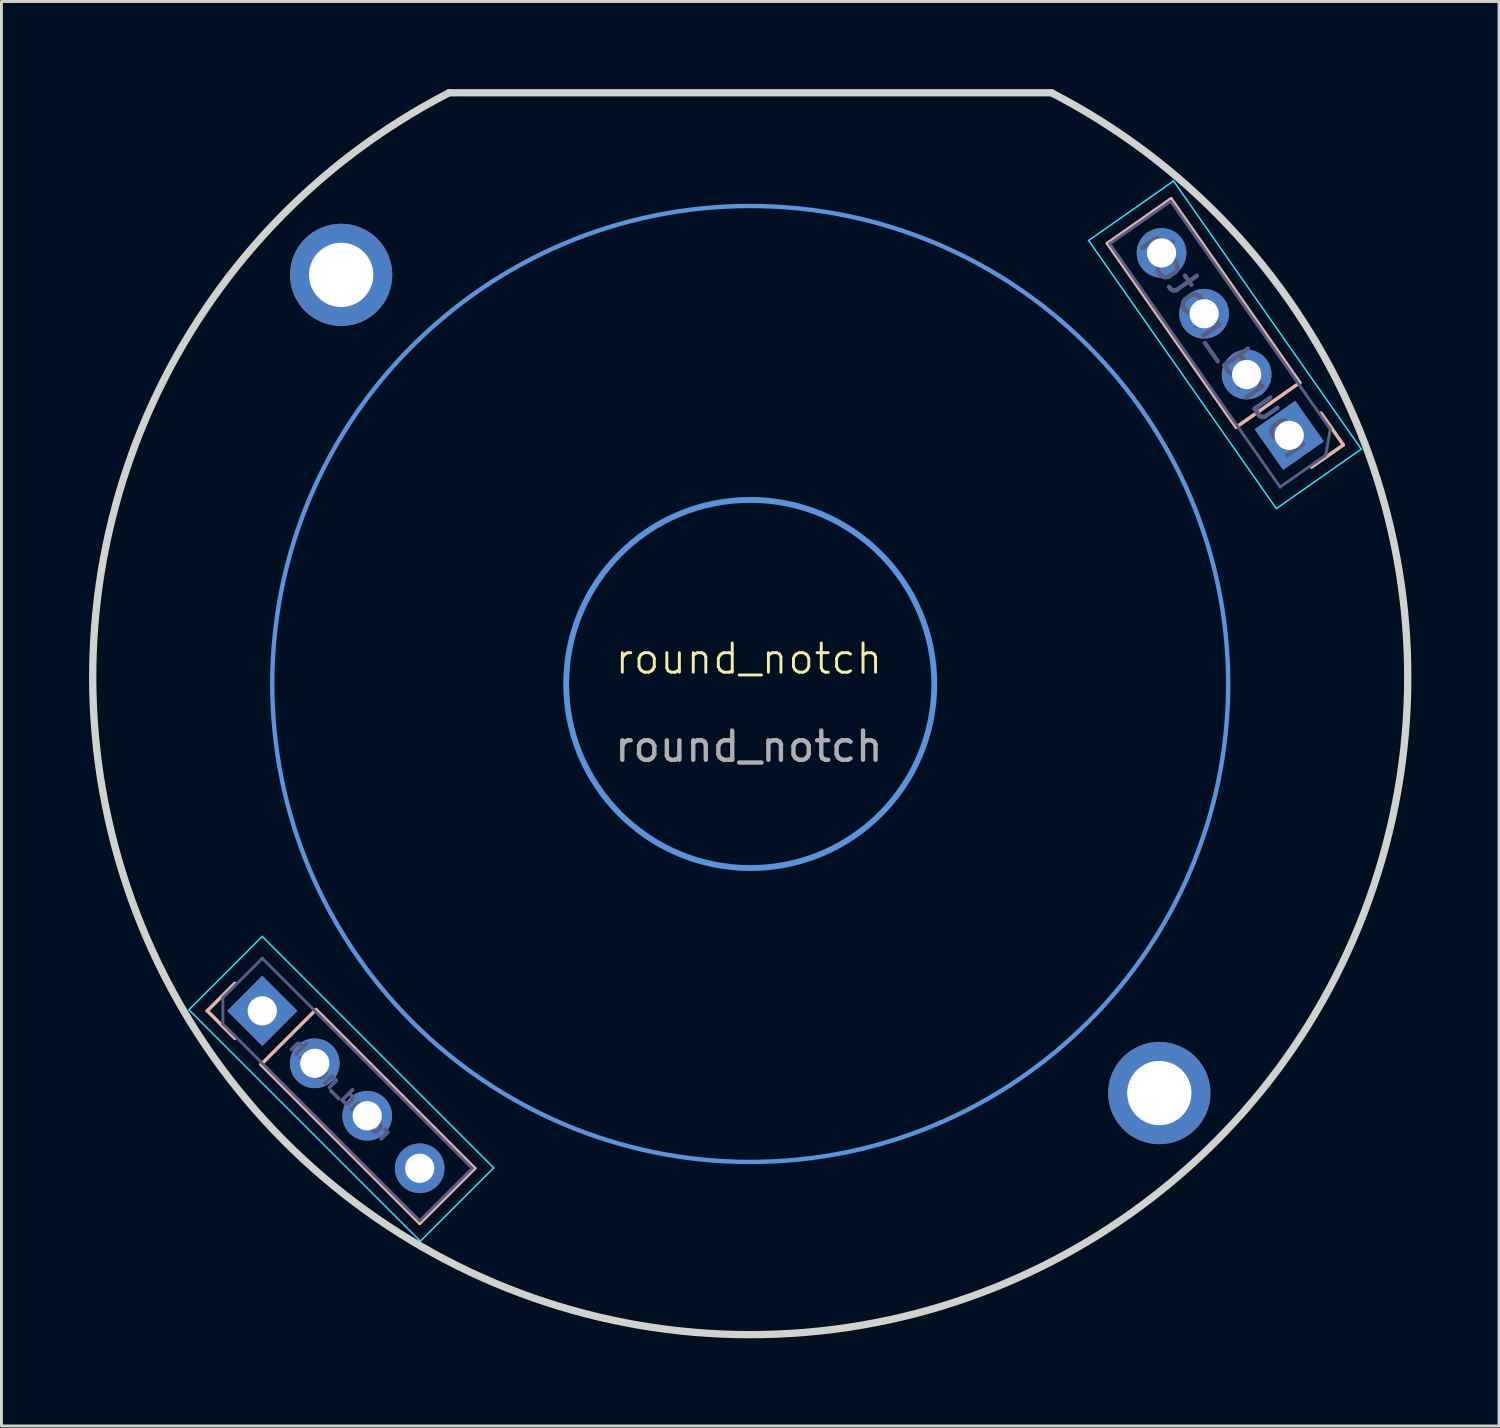
<source format=kicad_pcb>
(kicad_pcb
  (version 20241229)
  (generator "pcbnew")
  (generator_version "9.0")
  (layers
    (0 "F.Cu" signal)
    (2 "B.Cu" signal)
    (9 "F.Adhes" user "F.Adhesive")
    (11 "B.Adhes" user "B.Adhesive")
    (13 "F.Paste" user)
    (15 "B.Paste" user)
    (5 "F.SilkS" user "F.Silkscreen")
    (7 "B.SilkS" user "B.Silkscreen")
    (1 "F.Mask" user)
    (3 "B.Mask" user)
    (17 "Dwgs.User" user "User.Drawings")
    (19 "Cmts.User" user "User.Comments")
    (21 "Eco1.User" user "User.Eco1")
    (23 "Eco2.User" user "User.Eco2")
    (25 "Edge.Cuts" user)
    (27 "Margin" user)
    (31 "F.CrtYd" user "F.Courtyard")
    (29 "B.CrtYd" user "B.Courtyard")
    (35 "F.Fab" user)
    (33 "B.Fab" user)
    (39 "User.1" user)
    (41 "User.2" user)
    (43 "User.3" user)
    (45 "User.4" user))
  (footprint "round_notch"
    (layer "F.Cu")
    (at 22.625 20.357)
    (property "Reference" "round_notch" (at -0.045 -0.861 0) (unlocked yes) (layer "F.SilkS") (effects (font (size 1 1) (thickness 0.1))))
    (fp_line (start -18.581 11.186) (end -17.64 12.126) (stroke (width 0.12) (type solid)) (layer "B.SilkS"))
    (fp_line (start -17.64 10.245) (end -18.581 11.186) (stroke (width 0.12) (type solid)) (layer "B.SilkS"))
    (fp_line (start -16.742 13.024) (end -11.312 18.455) (stroke (width 0.12) (type solid)) (layer "B.SilkS"))
    (fp_line (start -14.861 11.143) (end -16.742 13.024) (stroke (width 0.12) (type solid)) (layer "B.SilkS"))
    (fp_line (start -14.861 11.143) (end -9.431 16.574) (stroke (width 0.12) (type solid)) (layer "B.SilkS"))
    (fp_line (start -9.431 16.574) (end -11.312 18.455) (stroke (width 0.12) (type solid)) (layer "B.SilkS"))
    (fp_line (start 12.222 -15.078) (end 14.401 -16.603) (stroke (width 0.12) (type solid)) (layer "B.SilkS"))
    (fp_line (start 16.627 -8.786) (end 12.222 -15.078) (stroke (width 0.12) (type solid)) (layer "B.SilkS"))
    (fp_line (start 16.627 -8.786) (end 18.806 -10.312) (stroke (width 0.12) (type solid)) (layer "B.SilkS"))
    (fp_line (start 18.806 -10.312) (end 14.401 -16.603) (stroke (width 0.12) (type solid)) (layer "B.SilkS"))
    (fp_line (start 19.208 -7.42) (end 20.298 -8.182) (stroke (width 0.12) (type solid)) (layer "B.SilkS"))
    (fp_line (start 20.298 -8.182) (end 19.535 -9.272) (stroke (width 0.12) (type solid)) (layer "B.SilkS"))
    (fp_circle (center 0 0) (end 6.299 0) (stroke (width 0.2) (type solid)) (fill no) (layer "Cmts.User"))
    (fp_circle (center 0 0) (end 16.357 0) (stroke (width 0.15) (type solid)) (fill no) (layer "Cmts.User"))
    (fp_line (start -10.308 -20.232) (end 10.308 -20.232) (stroke (width 0.25) (type solid)) (layer "Edge.Cuts"))
    (fp_arc (start 10.307764 -20.232) (mid 0 22.268) (end -10.307764 -20.232) (stroke (width 0.25) (type solid)) (layer "Edge.Cuts"))
    (fp_line (start -19.21 11.15) (end -11.29 19.07) (stroke (width 0.05) (type solid)) (layer "B.CrtYd"))
    (fp_line (start -16.7 8.64) (end -19.21 11.15) (stroke (width 0.05) (type solid)) (layer "B.CrtYd"))
    (fp_line (start -11.29 19.07) (end -8.78 16.56) (stroke (width 0.05) (type solid)) (layer "B.CrtYd"))
    (fp_line (start -8.78 16.56) (end -16.7 8.64) (stroke (width 0.05) (type solid)) (layer "B.CrtYd"))
    (fp_line (start 11.579 -15.177) (end 18.003 -6.002) (stroke (width 0.05) (type solid)) (layer "B.CrtYd"))
    (fp_line (start 14.487 -17.213) (end 11.579 -15.177) (stroke (width 0.05) (type solid)) (layer "B.CrtYd"))
    (fp_line (start 18.003 -6.002) (end 20.911 -8.038) (stroke (width 0.05) (type solid)) (layer "B.CrtYd"))
    (fp_line (start 20.911 -8.038) (end 14.487 -17.213) (stroke (width 0.05) (type solid)) (layer "B.CrtYd"))
    (fp_line (start -18.047 10.737) (end -18.047 11.635) (stroke (width 0.1) (type solid)) (layer "B.Fab"))
    (fp_line (start -18.047 11.635) (end -11.312 18.37) (stroke (width 0.1) (type solid)) (layer "B.Fab"))
    (fp_line (start -16.7 9.39) (end -18.047 10.737) (stroke (width 0.1) (type solid)) (layer "B.Fab"))
    (fp_line (start -11.312 18.37) (end -9.516 16.574) (stroke (width 0.1) (type solid)) (layer "B.Fab"))
    (fp_line (start -9.516 16.574) (end -16.7 9.39) (stroke (width 0.1) (type solid)) (layer "B.Fab"))
    (fp_line (start 12.306 -15.063) (end 18.133 -6.74) (stroke (width 0.1) (type solid)) (layer "B.Fab"))
    (fp_line (start 14.387 -16.52) (end 12.306 -15.063) (stroke (width 0.1) (type solid)) (layer "B.Fab"))
    (fp_line (start 18.133 -6.74) (end 19.694 -7.833) (stroke (width 0.1) (type solid)) (layer "B.Fab"))
    (fp_line (start 19.694 -7.833) (end 19.85 -8.717) (stroke (width 0.1) (type solid)) (layer "B.Fab"))
    (fp_line (start 19.85 -8.717) (end 14.387 -16.52) (stroke (width 0.1) (type solid)) (layer "B.Fab"))
    (fp_text user "${REFERENCE}" (at -14.006 13.88 135) (layer "B.Fab") (effects (font (size 0.5 0.5) (thickness 0.125)) (justify mirror)))
    (fp_text user "${REFERENCE}" (at 16.26 -11.63 125) (layer "B.Fab") (effects (font (size 1 1) (thickness 0.15)) (justify mirror)))
    (fp_text user "${REFERENCE}" (at -0.045 2.139 0) (unlocked yes) (layer "F.Fab") (effects (font (size 1 1) (thickness 0.15))))
    (pad "1" thru_hole rect (at -16.7 11.186 225) (size 1.7 1.7) (drill 1) (layers "*.Cu" "*.Mask"))
    (pad "2" thru_hole oval (at -14.904 12.982 225) (size 1.7 1.7) (drill 1) (layers "*.Cu" "*.Mask"))
    (pad "3" thru_hole oval (at -13.108 14.778 225) (size 1.7 1.7) (drill 1) (layers "*.Cu" "*.Mask"))
    (pad "4" thru_hole oval (at -11.312 16.574 225) (size 1.7 1.7) (drill 1) (layers "*.Cu" "*.Mask"))
    (pad "5" thru_hole rect (at 18.445 -8.509 35) (size 1.7 1.7) (drill 1) (layers "*.Cu" "*.Mask"))
    (pad "6" thru_hole oval (at 16.988 -10.59 35) (size 1.7 1.7) (drill 1) (layers "*.Cu" "*.Mask"))
    (pad "7" thru_hole oval (at 15.532 -12.67 35) (size 1.7 1.7) (drill 1) (layers "*.Cu" "*.Mask"))
    (pad "8" thru_hole oval (at 14.075 -14.751 35) (size 1.7 1.7) (drill 1) (layers "*.Cu" "*.Mask"))
    (pad "MP" thru_hole circle (at -14 -14) (size 3.5 3.5) (drill 2.2) (layers "*.Cu" "*.Mask"))
    (pad "MP" thru_hole circle (at 14 14) (size 3.5 3.5) (drill 2.2) (layers "*.Cu" "*.Mask")))
  (gr_rect
    (start -3 -3)
    (end 48.25 45.75)
    (stroke (width 0.1) (type default))
    (fill no)
    (layer "Edge.Cuts")))
</source>
